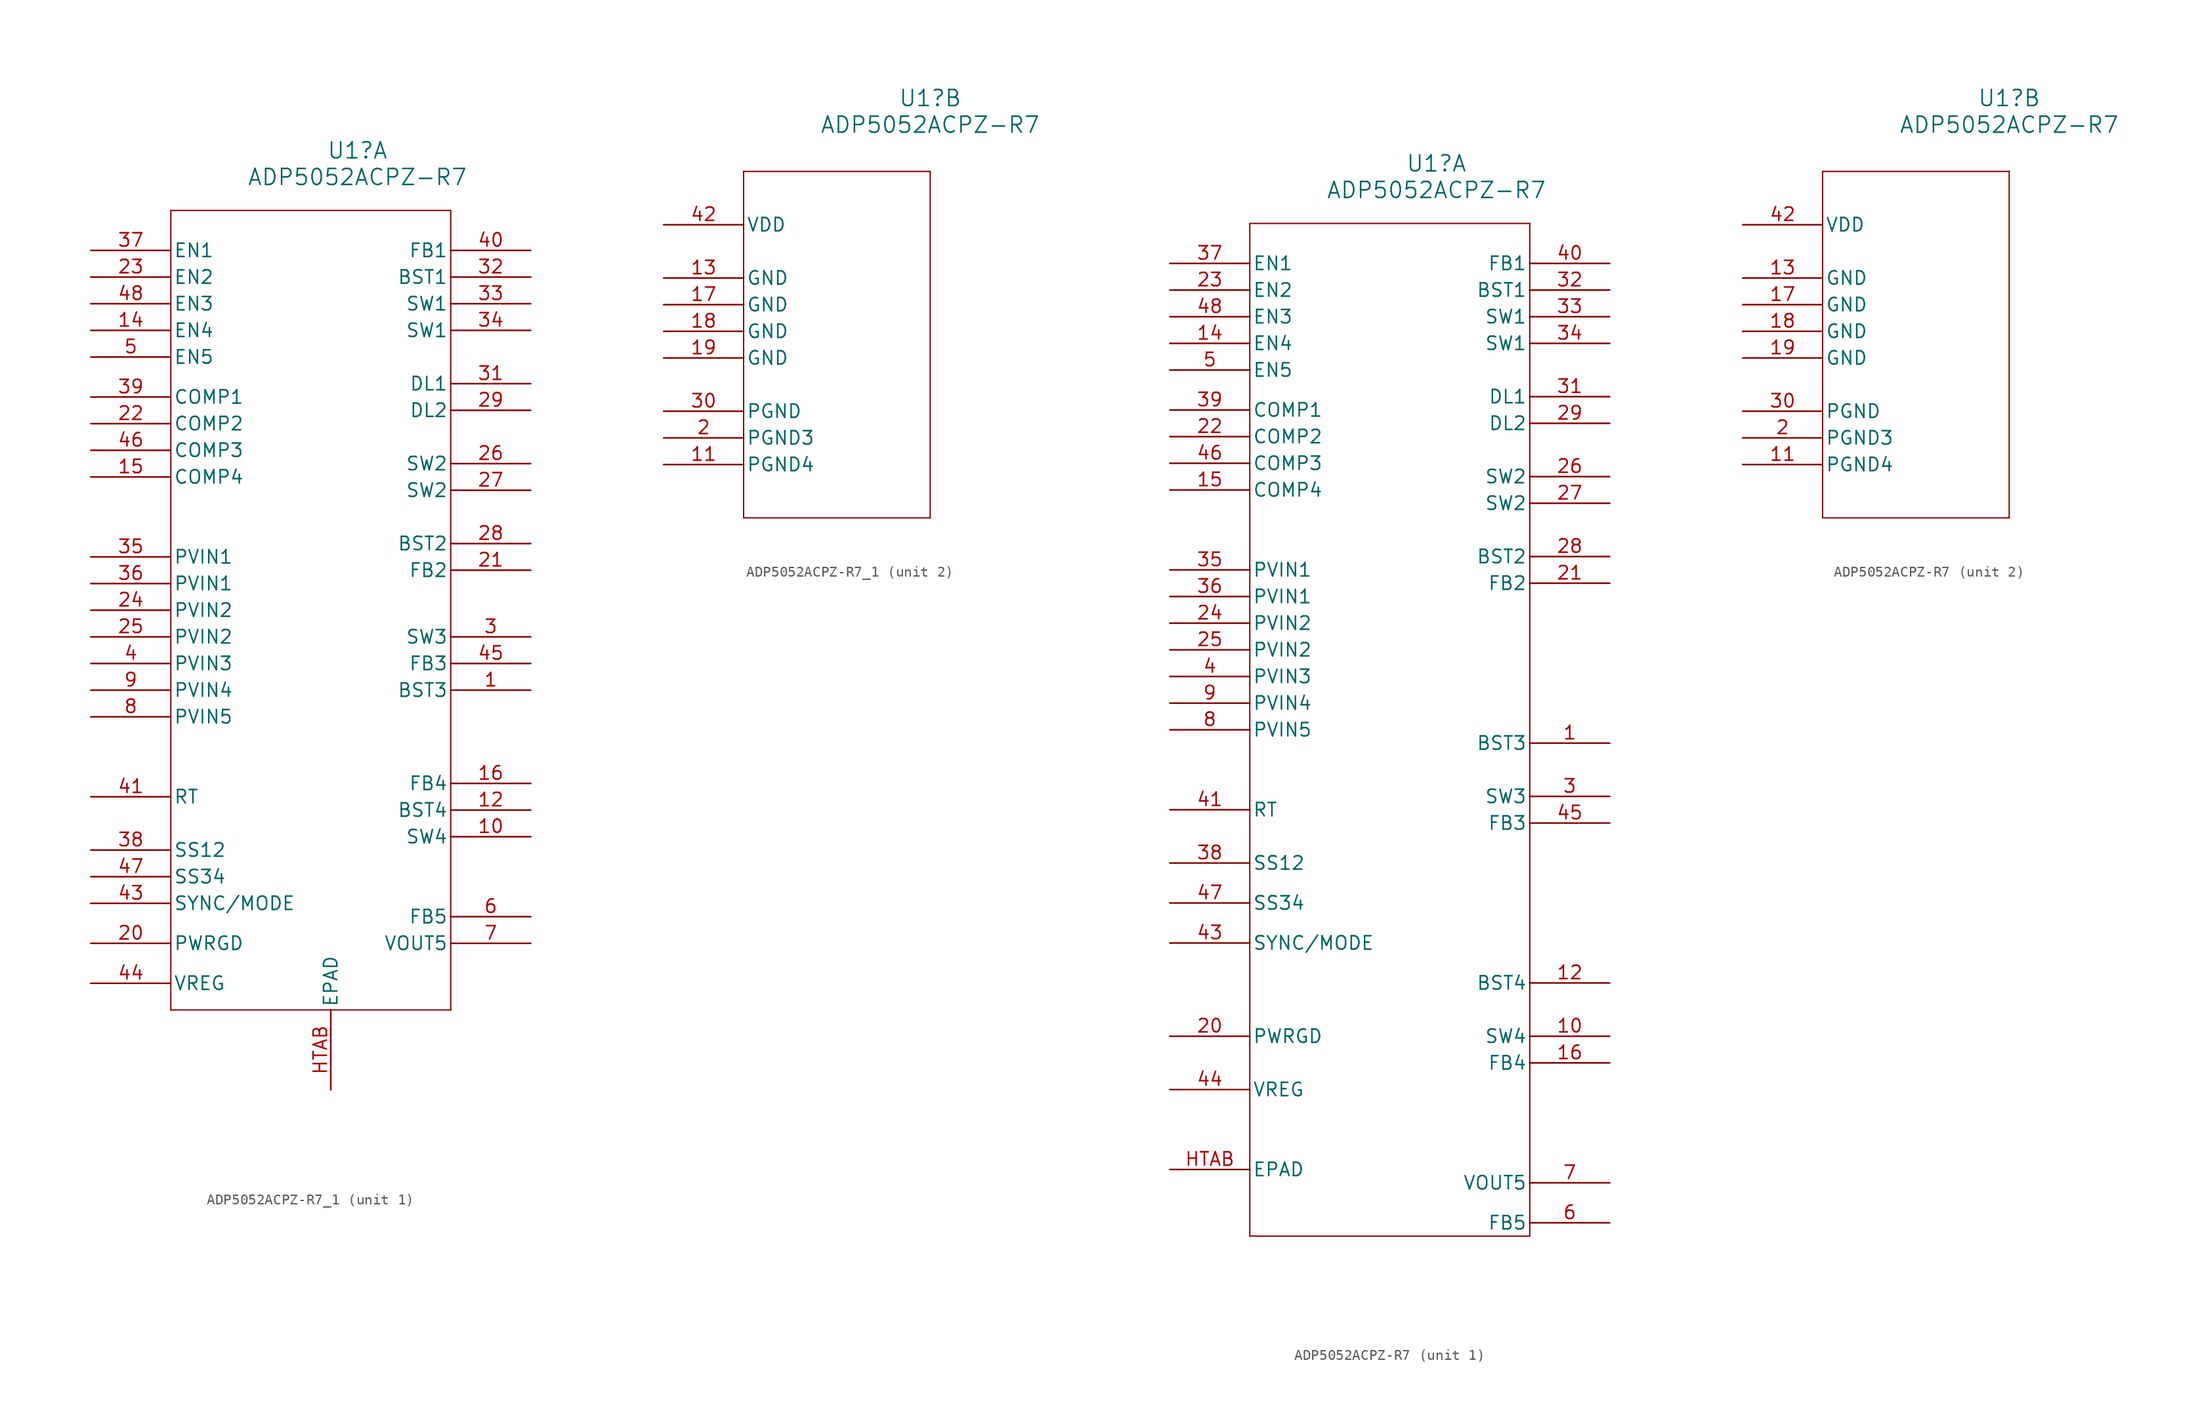
<source format=kicad_sym>
(kicad_symbol_lib
  (version 20220914)
  (generator kicad_symbol_editor)
  (symbol "ADP5052ACPZ-R7_1"
    (pin_names
      (offset 0.254))
    (property "Reference" "U1"
      (at 25.4 12.065 0)
      (effects (font (size 1.524 1.524))))
    (property "Value" "ADP5052ACPZ-R7"
      (at 25.4 9.525 0)
      (effects (font (size 1.524 1.524))))
    (property "ki_locked" ""
      (at 0 0 0)
      (effects (font (size 1.27 1.27))))
    (symbol "ADP5052ACPZ-R7_1_1_1"
      (polyline (pts (xy 7.62 -69.85) (xy 34.29 -69.85)) (stroke (width 0.127) (type default)) (fill (type none)))
      (polyline (pts (xy 7.62 6.35) (xy 7.62 -69.85)) (stroke (width 0.127) (type default)) (fill (type none)))
      (polyline (pts (xy 34.29 -69.85) (xy 34.29 6.35)) (stroke (width 0.127) (type default)) (fill (type none)))
      (polyline (pts (xy 34.29 6.35) (xy 7.62 6.35)) (stroke (width 0.127) (type default)) (fill (type none)))
      (pin unspecified line (at 41.91 -39.37 180) (length 7.62) (name "BST3" (effects (font (size 1.27 1.27)))) (number "1" (effects (font (size 1.27 1.27)))))
      (pin output line (at 41.91 -53.34 180) (length 7.62) (name "SW4" (effects (font (size 1.27 1.27)))) (number "10" (effects (font (size 1.27 1.27)))))
      (pin unspecified line (at 41.91 -50.8 180) (length 7.62) (name "BST4" (effects (font (size 1.27 1.27)))) (number "12" (effects (font (size 1.27 1.27)))))
      (pin input line (at 0 -5.08 0) (length 7.62) (name "EN4" (effects (font (size 1.27 1.27)))) (number "14" (effects (font (size 1.27 1.27)))))
      (pin output line (at 0 -19.05 0) (length 7.62) (name "COMP4" (effects (font (size 1.27 1.27)))) (number "15" (effects (font (size 1.27 1.27)))))
      (pin input line (at 41.91 -48.26 180) (length 7.62) (name "FB4" (effects (font (size 1.27 1.27)))) (number "16" (effects (font (size 1.27 1.27)))))
      (pin output line (at 0 -63.5 0) (length 7.62) (name "PWRGD" (effects (font (size 1.27 1.27)))) (number "20" (effects (font (size 1.27 1.27)))))
      (pin input line (at 41.91 -27.94 180) (length 7.62) (name "FB2" (effects (font (size 1.27 1.27)))) (number "21" (effects (font (size 1.27 1.27)))))
      (pin output line (at 0 -13.97 0) (length 7.62) (name "COMP2" (effects (font (size 1.27 1.27)))) (number "22" (effects (font (size 1.27 1.27)))))
      (pin input line (at 0 0 0) (length 7.62) (name "EN2" (effects (font (size 1.27 1.27)))) (number "23" (effects (font (size 1.27 1.27)))))
      (pin input line (at 0 -31.75 0) (length 7.62) (name "PVIN2" (effects (font (size 1.27 1.27)))) (number "24" (effects (font (size 1.27 1.27)))))
      (pin input line (at 0 -34.29 0) (length 7.62) (name "PVIN2" (effects (font (size 1.27 1.27)))) (number "25" (effects (font (size 1.27 1.27)))))
      (pin output line (at 41.91 -17.78 180) (length 7.62) (name "SW2" (effects (font (size 1.27 1.27)))) (number "26" (effects (font (size 1.27 1.27)))))
      (pin output line (at 41.91 -20.32 180) (length 7.62) (name "SW2" (effects (font (size 1.27 1.27)))) (number "27" (effects (font (size 1.27 1.27)))))
      (pin unspecified line (at 41.91 -25.4 180) (length 7.62) (name "BST2" (effects (font (size 1.27 1.27)))) (number "28" (effects (font (size 1.27 1.27)))))
      (pin unspecified line (at 41.91 -12.7 180) (length 7.62) (name "DL2" (effects (font (size 1.27 1.27)))) (number "29" (effects (font (size 1.27 1.27)))))
      (pin output line (at 41.91 -34.29 180) (length 7.62) (name "SW3" (effects (font (size 1.27 1.27)))) (number "3" (effects (font (size 1.27 1.27)))))
      (pin unspecified line (at 41.91 -10.16 180) (length 7.62) (name "DL1" (effects (font (size 1.27 1.27)))) (number "31" (effects (font (size 1.27 1.27)))))
      (pin unspecified line (at 41.91 0 180) (length 7.62) (name "BST1" (effects (font (size 1.27 1.27)))) (number "32" (effects (font (size 1.27 1.27)))))
      (pin output line (at 41.91 -2.54 180) (length 7.62) (name "SW1" (effects (font (size 1.27 1.27)))) (number "33" (effects (font (size 1.27 1.27)))))
      (pin output line (at 41.91 -5.08 180) (length 7.62) (name "SW1" (effects (font (size 1.27 1.27)))) (number "34" (effects (font (size 1.27 1.27)))))
      (pin input line (at 0 -26.67 0) (length 7.62) (name "PVIN1" (effects (font (size 1.27 1.27)))) (number "35" (effects (font (size 1.27 1.27)))))
      (pin input line (at 0 -29.21 0) (length 7.62) (name "PVIN1" (effects (font (size 1.27 1.27)))) (number "36" (effects (font (size 1.27 1.27)))))
      (pin input line (at 0 2.54 0) (length 7.62) (name "EN1" (effects (font (size 1.27 1.27)))) (number "37" (effects (font (size 1.27 1.27)))))
      (pin unspecified line (at 0 -54.61 0) (length 7.62) (name "SS12" (effects (font (size 1.27 1.27)))) (number "38" (effects (font (size 1.27 1.27)))))
      (pin output line (at 0 -11.43 0) (length 7.62) (name "COMP1" (effects (font (size 1.27 1.27)))) (number "39" (effects (font (size 1.27 1.27)))))
      (pin input line (at 0 -36.83 0) (length 7.62) (name "PVIN3" (effects (font (size 1.27 1.27)))) (number "4" (effects (font (size 1.27 1.27)))))
      (pin input line (at 41.91 2.54 180) (length 7.62) (name "FB1" (effects (font (size 1.27 1.27)))) (number "40" (effects (font (size 1.27 1.27)))))
      (pin unspecified line (at 0 -49.53 0) (length 7.62) (name "RT" (effects (font (size 1.27 1.27)))) (number "41" (effects (font (size 1.27 1.27)))))
      (pin bidirectional line (at 0 -59.69 0) (length 7.62) (name "SYNC/MODE" (effects (font (size 1.27 1.27)))) (number "43" (effects (font (size 1.27 1.27)))))
      (pin output line (at 0 -67.31 0) (length 7.62) (name "VREG" (effects (font (size 1.27 1.27)))) (number "44" (effects (font (size 1.27 1.27)))))
      (pin input line (at 41.91 -36.83 180) (length 7.62) (name "FB3" (effects (font (size 1.27 1.27)))) (number "45" (effects (font (size 1.27 1.27)))))
      (pin output line (at 0 -16.51 0) (length 7.62) (name "COMP3" (effects (font (size 1.27 1.27)))) (number "46" (effects (font (size 1.27 1.27)))))
      (pin unspecified line (at 0 -57.15 0) (length 7.62) (name "SS34" (effects (font (size 1.27 1.27)))) (number "47" (effects (font (size 1.27 1.27)))))
      (pin input line (at 0 -2.54 0) (length 7.62) (name "EN3" (effects (font (size 1.27 1.27)))) (number "48" (effects (font (size 1.27 1.27)))))
      (pin input line (at 0 -7.62 0) (length 7.62) (name "EN5" (effects (font (size 1.27 1.27)))) (number "5" (effects (font (size 1.27 1.27)))))
      (pin input line (at 41.91 -60.96 180) (length 7.62) (name "FB5" (effects (font (size 1.27 1.27)))) (number "6" (effects (font (size 1.27 1.27)))))
      (pin output line (at 41.91 -63.5 180) (length 7.62) (name "VOUT5" (effects (font (size 1.27 1.27)))) (number "7" (effects (font (size 1.27 1.27)))))
      (pin input line (at 0 -41.91 0) (length 7.62) (name "PVIN5" (effects (font (size 1.27 1.27)))) (number "8" (effects (font (size 1.27 1.27)))))
      (pin input line (at 0 -39.37 0) (length 7.62) (name "PVIN4" (effects (font (size 1.27 1.27)))) (number "9" (effects (font (size 1.27 1.27)))))
      (pin unspecified line (at 22.86 -77.47 90) (length 7.62) (name "EPAD" (effects (font (size 1.27 1.27)))) (number "HTAB" (effects (font (size 1.27 1.27))))))
    (symbol "ADP5052ACPZ-R7_1_2_1"
      (polyline (pts (xy 7.62 -27.94) (xy 25.4 -27.94)) (stroke (width 0.127) (type default)) (fill (type none)))
      (polyline (pts (xy 7.62 5.08) (xy 7.62 -27.94)) (stroke (width 0.127) (type default)) (fill (type none)))
      (polyline (pts (xy 25.4 -27.94) (xy 25.4 5.08)) (stroke (width 0.127) (type default)) (fill (type none)))
      (polyline (pts (xy 25.4 5.08) (xy 7.62 5.08)) (stroke (width 0.127) (type default)) (fill (type none)))
      (pin power_in line (at 0 -22.86 0) (length 7.62) (name "PGND4" (effects (font (size 1.27 1.27)))) (number "11" (effects (font (size 1.27 1.27)))))
      (pin power_in line (at 0 -5.08 0) (length 7.62) (name "GND" (effects (font (size 1.27 1.27)))) (number "13" (effects (font (size 1.27 1.27)))))
      (pin power_in line (at 0 -7.62 0) (length 7.62) (name "GND" (effects (font (size 1.27 1.27)))) (number "17" (effects (font (size 1.27 1.27)))))
      (pin power_in line (at 0 -10.16 0) (length 7.62) (name "GND" (effects (font (size 1.27 1.27)))) (number "18" (effects (font (size 1.27 1.27)))))
      (pin power_in line (at 0 -12.7 0) (length 7.62) (name "GND" (effects (font (size 1.27 1.27)))) (number "19" (effects (font (size 1.27 1.27)))))
      (pin power_in line (at 0 -20.32 0) (length 7.62) (name "PGND3" (effects (font (size 1.27 1.27)))) (number "2" (effects (font (size 1.27 1.27)))))
      (pin power_in line (at 0 -17.78 0) (length 7.62) (name "PGND" (effects (font (size 1.27 1.27)))) (number "30" (effects (font (size 1.27 1.27)))))
      (pin power_in line (at 0 0 0) (length 7.62) (name "VDD" (effects (font (size 1.27 1.27)))) (number "42" (effects (font (size 1.27 1.27)))))))
  (symbol "ADP5052ACPZ-R7"
    (pin_names
      (offset 0.254))
    (property "Reference" "U1"
      (at 25.4 12.065 0)
      (effects (font (size 1.524 1.524))))
    (property "Value" "ADP5052ACPZ-R7"
      (at 25.4 9.525 0)
      (effects (font (size 1.524 1.524))))
    (property "ki_locked" ""
      (at 0 0 0)
      (effects (font (size 1.27 1.27))))
    (symbol "ADP5052ACPZ-R7_1_1"
      (polyline (pts (xy 7.62 -90.17) (xy 34.29 -90.17)) (stroke (width 0.127) (type default)) (fill (type none)))
      (polyline (pts (xy 7.62 6.35) (xy 7.62 -90.17)) (stroke (width 0.127) (type default)) (fill (type none)))
      (polyline (pts (xy 34.29 -90.17) (xy 34.29 6.35)) (stroke (width 0.127) (type default)) (fill (type none)))
      (polyline (pts (xy 34.29 6.35) (xy 7.62 6.35)) (stroke (width 0.127) (type default)) (fill (type none)))
      (pin unspecified line (at 41.91 -43.18 180) (length 7.62) (name "BST3" (effects (font (size 1.27 1.27)))) (number "1" (effects (font (size 1.27 1.27)))))
      (pin output line (at 41.91 -71.12 180) (length 7.62) (name "SW4" (effects (font (size 1.27 1.27)))) (number "10" (effects (font (size 1.27 1.27)))))
      (pin unspecified line (at 41.91 -66.04 180) (length 7.62) (name "BST4" (effects (font (size 1.27 1.27)))) (number "12" (effects (font (size 1.27 1.27)))))
      (pin input line (at 0 -5.08 0) (length 7.62) (name "EN4" (effects (font (size 1.27 1.27)))) (number "14" (effects (font (size 1.27 1.27)))))
      (pin output line (at 0 -19.05 0) (length 7.62) (name "COMP4" (effects (font (size 1.27 1.27)))) (number "15" (effects (font (size 1.27 1.27)))))
      (pin input line (at 41.91 -73.66 180) (length 7.62) (name "FB4" (effects (font (size 1.27 1.27)))) (number "16" (effects (font (size 1.27 1.27)))))
      (pin output line (at 0 -71.12 0) (length 7.62) (name "PWRGD" (effects (font (size 1.27 1.27)))) (number "20" (effects (font (size 1.27 1.27)))))
      (pin input line (at 41.91 -27.94 180) (length 7.62) (name "FB2" (effects (font (size 1.27 1.27)))) (number "21" (effects (font (size 1.27 1.27)))))
      (pin output line (at 0 -13.97 0) (length 7.62) (name "COMP2" (effects (font (size 1.27 1.27)))) (number "22" (effects (font (size 1.27 1.27)))))
      (pin input line (at 0 0 0) (length 7.62) (name "EN2" (effects (font (size 1.27 1.27)))) (number "23" (effects (font (size 1.27 1.27)))))
      (pin input line (at 0 -31.75 0) (length 7.62) (name "PVIN2" (effects (font (size 1.27 1.27)))) (number "24" (effects (font (size 1.27 1.27)))))
      (pin input line (at 0 -34.29 0) (length 7.62) (name "PVIN2" (effects (font (size 1.27 1.27)))) (number "25" (effects (font (size 1.27 1.27)))))
      (pin output line (at 41.91 -17.78 180) (length 7.62) (name "SW2" (effects (font (size 1.27 1.27)))) (number "26" (effects (font (size 1.27 1.27)))))
      (pin output line (at 41.91 -20.32 180) (length 7.62) (name "SW2" (effects (font (size 1.27 1.27)))) (number "27" (effects (font (size 1.27 1.27)))))
      (pin unspecified line (at 41.91 -25.4 180) (length 7.62) (name "BST2" (effects (font (size 1.27 1.27)))) (number "28" (effects (font (size 1.27 1.27)))))
      (pin unspecified line (at 41.91 -12.7 180) (length 7.62) (name "DL2" (effects (font (size 1.27 1.27)))) (number "29" (effects (font (size 1.27 1.27)))))
      (pin output line (at 41.91 -48.26 180) (length 7.62) (name "SW3" (effects (font (size 1.27 1.27)))) (number "3" (effects (font (size 1.27 1.27)))))
      (pin unspecified line (at 41.91 -10.16 180) (length 7.62) (name "DL1" (effects (font (size 1.27 1.27)))) (number "31" (effects (font (size 1.27 1.27)))))
      (pin unspecified line (at 41.91 0 180) (length 7.62) (name "BST1" (effects (font (size 1.27 1.27)))) (number "32" (effects (font (size 1.27 1.27)))))
      (pin output line (at 41.91 -2.54 180) (length 7.62) (name "SW1" (effects (font (size 1.27 1.27)))) (number "33" (effects (font (size 1.27 1.27)))))
      (pin output line (at 41.91 -5.08 180) (length 7.62) (name "SW1" (effects (font (size 1.27 1.27)))) (number "34" (effects (font (size 1.27 1.27)))))
      (pin input line (at 0 -26.67 0) (length 7.62) (name "PVIN1" (effects (font (size 1.27 1.27)))) (number "35" (effects (font (size 1.27 1.27)))))
      (pin input line (at 0 -29.21 0) (length 7.62) (name "PVIN1" (effects (font (size 1.27 1.27)))) (number "36" (effects (font (size 1.27 1.27)))))
      (pin input line (at 0 2.54 0) (length 7.62) (name "EN1" (effects (font (size 1.27 1.27)))) (number "37" (effects (font (size 1.27 1.27)))))
      (pin unspecified line (at 0 -54.61 0) (length 7.62) (name "SS12" (effects (font (size 1.27 1.27)))) (number "38" (effects (font (size 1.27 1.27)))))
      (pin output line (at 0 -11.43 0) (length 7.62) (name "COMP1" (effects (font (size 1.27 1.27)))) (number "39" (effects (font (size 1.27 1.27)))))
      (pin input line (at 0 -36.83 0) (length 7.62) (name "PVIN3" (effects (font (size 1.27 1.27)))) (number "4" (effects (font (size 1.27 1.27)))))
      (pin input line (at 41.91 2.54 180) (length 7.62) (name "FB1" (effects (font (size 1.27 1.27)))) (number "40" (effects (font (size 1.27 1.27)))))
      (pin unspecified line (at 0 -49.53 0) (length 7.62) (name "RT" (effects (font (size 1.27 1.27)))) (number "41" (effects (font (size 1.27 1.27)))))
      (pin bidirectional line (at 0 -62.23 0) (length 7.62) (name "SYNC/MODE" (effects (font (size 1.27 1.27)))) (number "43" (effects (font (size 1.27 1.27)))))
      (pin output line (at 0 -76.2 0) (length 7.62) (name "VREG" (effects (font (size 1.27 1.27)))) (number "44" (effects (font (size 1.27 1.27)))))
      (pin input line (at 41.91 -50.8 180) (length 7.62) (name "FB3" (effects (font (size 1.27 1.27)))) (number "45" (effects (font (size 1.27 1.27)))))
      (pin output line (at 0 -16.51 0) (length 7.62) (name "COMP3" (effects (font (size 1.27 1.27)))) (number "46" (effects (font (size 1.27 1.27)))))
      (pin unspecified line (at 0 -58.42 0) (length 7.62) (name "SS34" (effects (font (size 1.27 1.27)))) (number "47" (effects (font (size 1.27 1.27)))))
      (pin input line (at 0 -2.54 0) (length 7.62) (name "EN3" (effects (font (size 1.27 1.27)))) (number "48" (effects (font (size 1.27 1.27)))))
      (pin input line (at 0 -7.62 0) (length 7.62) (name "EN5" (effects (font (size 1.27 1.27)))) (number "5" (effects (font (size 1.27 1.27)))))
      (pin input line (at 41.91 -88.9 180) (length 7.62) (name "FB5" (effects (font (size 1.27 1.27)))) (number "6" (effects (font (size 1.27 1.27)))))
      (pin output line (at 41.91 -85.09 180) (length 7.62) (name "VOUT5" (effects (font (size 1.27 1.27)))) (number "7" (effects (font (size 1.27 1.27)))))
      (pin input line (at 0 -41.91 0) (length 7.62) (name "PVIN5" (effects (font (size 1.27 1.27)))) (number "8" (effects (font (size 1.27 1.27)))))
      (pin input line (at 0 -39.37 0) (length 7.62) (name "PVIN4" (effects (font (size 1.27 1.27)))) (number "9" (effects (font (size 1.27 1.27)))))
      (pin unspecified line (at 0 -83.82 0) (length 7.62) (name "EPAD" (effects (font (size 1.27 1.27)))) (number "HTAB" (effects (font (size 1.27 1.27))))))
    (symbol "ADP5052ACPZ-R7_2_1"
      (polyline (pts (xy 7.62 -27.94) (xy 25.4 -27.94)) (stroke (width 0.127) (type default)) (fill (type none)))
      (polyline (pts (xy 7.62 5.08) (xy 7.62 -27.94)) (stroke (width 0.127) (type default)) (fill (type none)))
      (polyline (pts (xy 25.4 -27.94) (xy 25.4 5.08)) (stroke (width 0.127) (type default)) (fill (type none)))
      (polyline (pts (xy 25.4 5.08) (xy 7.62 5.08)) (stroke (width 0.127) (type default)) (fill (type none)))
      (pin power_in line (at 0 -22.86 0) (length 7.62) (name "PGND4" (effects (font (size 1.27 1.27)))) (number "11" (effects (font (size 1.27 1.27)))))
      (pin power_in line (at 0 -5.08 0) (length 7.62) (name "GND" (effects (font (size 1.27 1.27)))) (number "13" (effects (font (size 1.27 1.27)))))
      (pin power_in line (at 0 -7.62 0) (length 7.62) (name "GND" (effects (font (size 1.27 1.27)))) (number "17" (effects (font (size 1.27 1.27)))))
      (pin power_in line (at 0 -10.16 0) (length 7.62) (name "GND" (effects (font (size 1.27 1.27)))) (number "18" (effects (font (size 1.27 1.27)))))
      (pin power_in line (at 0 -12.7 0) (length 7.62) (name "GND" (effects (font (size 1.27 1.27)))) (number "19" (effects (font (size 1.27 1.27)))))
      (pin power_in line (at 0 -20.32 0) (length 7.62) (name "PGND3" (effects (font (size 1.27 1.27)))) (number "2" (effects (font (size 1.27 1.27)))))
      (pin power_in line (at 0 -17.78 0) (length 7.62) (name "PGND" (effects (font (size 1.27 1.27)))) (number "30" (effects (font (size 1.27 1.27)))))
      (pin power_in line (at 0 0 0) (length 7.62) (name "VDD" (effects (font (size 1.27 1.27)))) (number "42" (effects (font (size 1.27 1.27))))))))
</source>
